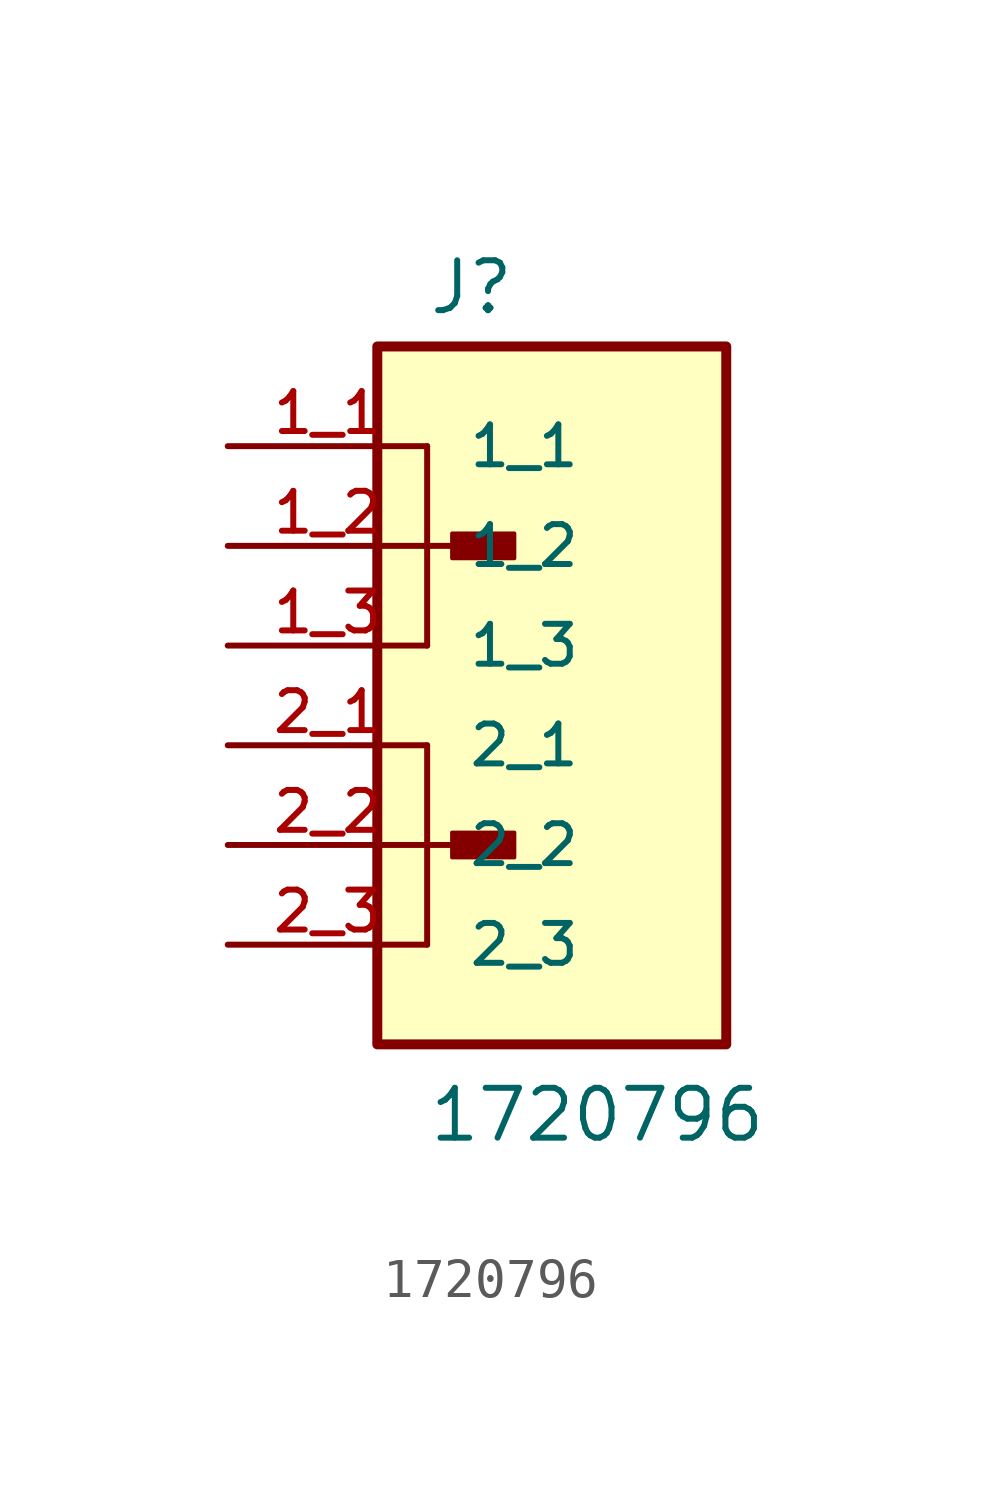
<source format=kicad_sym>
(kicad_symbol_lib
  (version 20211014)
  (generator kicad_symbol_editor)
  (symbol "1720796"
    (pin_names
      (offset 1.016))
    (property "Reference" "J"
      (at -2.54 8.382 0)
      (effects (font (size 1.27 1.27)) (justify bottom left)))
    (property "Value" "1720796"
      (at -2.54 -12.7 0)
      (effects (font (size 1.27 1.27)) (justify bottom left)))
    (symbol "1720796_0_0"
      (rectangle (start -1.905 2.223) (end -0.318 2.857) (stroke (width 0.1)) (fill (type outline)))
      (polyline (pts (xy -2.54 5.08) (xy -2.54 2.54)) (stroke (width 0.152)))
      (polyline (pts (xy -2.54 2.54) (xy -2.54 0.0)) (stroke (width 0.152)))
      (polyline (pts (xy -2.54 2.54) (xy -1.27 2.54)) (stroke (width 0.152)))
      (rectangle (start -1.905 -5.397) (end -0.318 -4.763) (stroke (width 0.1)) (fill (type outline)))
      (polyline (pts (xy -2.54 -2.54) (xy -2.54 -5.08)) (stroke (width 0.152)))
      (polyline (pts (xy -2.54 -5.08) (xy -2.54 -7.62)) (stroke (width 0.152)))
      (polyline (pts (xy -2.54 -5.08) (xy -1.27 -5.08)) (stroke (width 0.152)))
      (rectangle (start -3.81 -10.16) (end 5.08 7.62) (stroke (width 0.254)) (fill (type background)))
      (pin passive line (at -7.62 5.08 0) (length 5.08) (name "1_1" (effects (font (size 1.016 1.016)))) (number "1_1" (effects (font (size 1.016 1.016)))))
      (pin passive line (at -7.62 2.54 0) (length 5.08) (name "1_2" (effects (font (size 1.016 1.016)))) (number "1_2" (effects (font (size 1.016 1.016)))))
      (pin passive line (at -7.62 0.0 0) (length 5.08) (name "1_3" (effects (font (size 1.016 1.016)))) (number "1_3" (effects (font (size 1.016 1.016)))))
      (pin passive line (at -7.62 -2.54 0) (length 5.08) (name "2_1" (effects (font (size 1.016 1.016)))) (number "2_1" (effects (font (size 1.016 1.016)))))
      (pin passive line (at -7.62 -5.08 0) (length 5.08) (name "2_2" (effects (font (size 1.016 1.016)))) (number "2_2" (effects (font (size 1.016 1.016)))))
      (pin passive line (at -7.62 -7.62 0) (length 5.08) (name "2_3" (effects (font (size 1.016 1.016)))) (number "2_3" (effects (font (size 1.016 1.016))))))))
</source>
